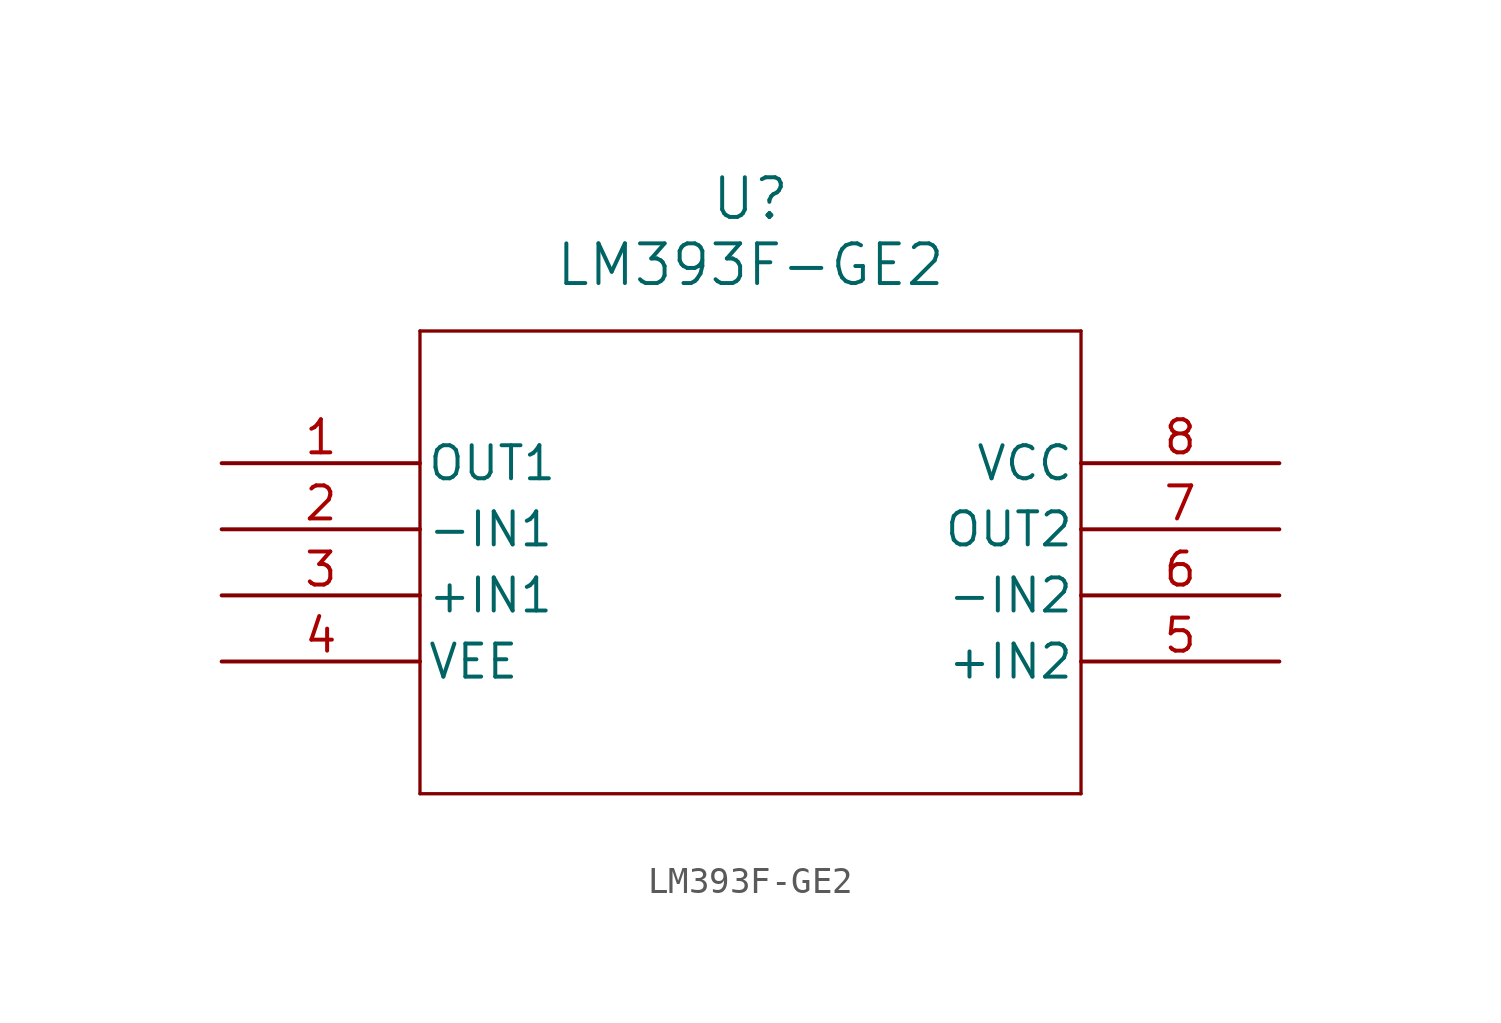
<source format=kicad_sym>
(kicad_symbol_lib
  (version 20211014)
  (generator kicad_symbol_editor)
  (symbol "LM393F-GE2"
    (pin_names
      (offset 0.254))
    (property "Reference" "U"
      (at 20.32 10.16 0)
      (effects (font (size 1.524 1.524))))
    (property "Value" "LM393F-GE2"
      (at 20.32 7.62 0)
      (effects (font (size 1.524 1.524))))
    (symbol "LM393F-GE2_0_1"
      (polyline (pts (xy 7.62 5.08) (xy 7.62 -12.7)) (stroke (width 0.127) (type default) (color 0 0 0 0)) (fill (type none)))
      (polyline (pts (xy 7.62 -12.7) (xy 33.02 -12.7)) (stroke (width 0.127) (type default) (color 0 0 0 0)) (fill (type none)))
      (polyline (pts (xy 33.02 -12.7) (xy 33.02 5.08)) (stroke (width 0.127) (type default) (color 0 0 0 0)) (fill (type none)))
      (polyline (pts (xy 33.02 5.08) (xy 7.62 5.08)) (stroke (width 0.127) (type default) (color 0 0 0 0)) (fill (type none)))
      (pin output line (at 0 0 0) (length 7.62) (name "OUT1" (effects (font (size 1.27 1.27)))) (number "1" (effects (font (size 1.27 1.27)))))
      (pin input line (at 0 -2.54 0) (length 7.62) (name "-IN1" (effects (font (size 1.27 1.27)))) (number "2" (effects (font (size 1.27 1.27)))))
      (pin input line (at 0 -5.08 0) (length 7.62) (name "+IN1" (effects (font (size 1.27 1.27)))) (number "3" (effects (font (size 1.27 1.27)))))
      (pin power_in line (at 0 -7.62 0) (length 7.62) (name "VEE" (effects (font (size 1.27 1.27)))) (number "4" (effects (font (size 1.27 1.27)))))
      (pin input line (at 40.64 -7.62 180) (length 7.62) (name "+IN2" (effects (font (size 1.27 1.27)))) (number "5" (effects (font (size 1.27 1.27)))))
      (pin input line (at 40.64 -5.08 180) (length 7.62) (name "-IN2" (effects (font (size 1.27 1.27)))) (number "6" (effects (font (size 1.27 1.27)))))
      (pin output line (at 40.64 -2.54 180) (length 7.62) (name "OUT2" (effects (font (size 1.27 1.27)))) (number "7" (effects (font (size 1.27 1.27)))))
      (pin power_in line (at 40.64 0 180) (length 7.62) (name "VCC" (effects (font (size 1.27 1.27)))) (number "8" (effects (font (size 1.27 1.27))))))))
</source>
